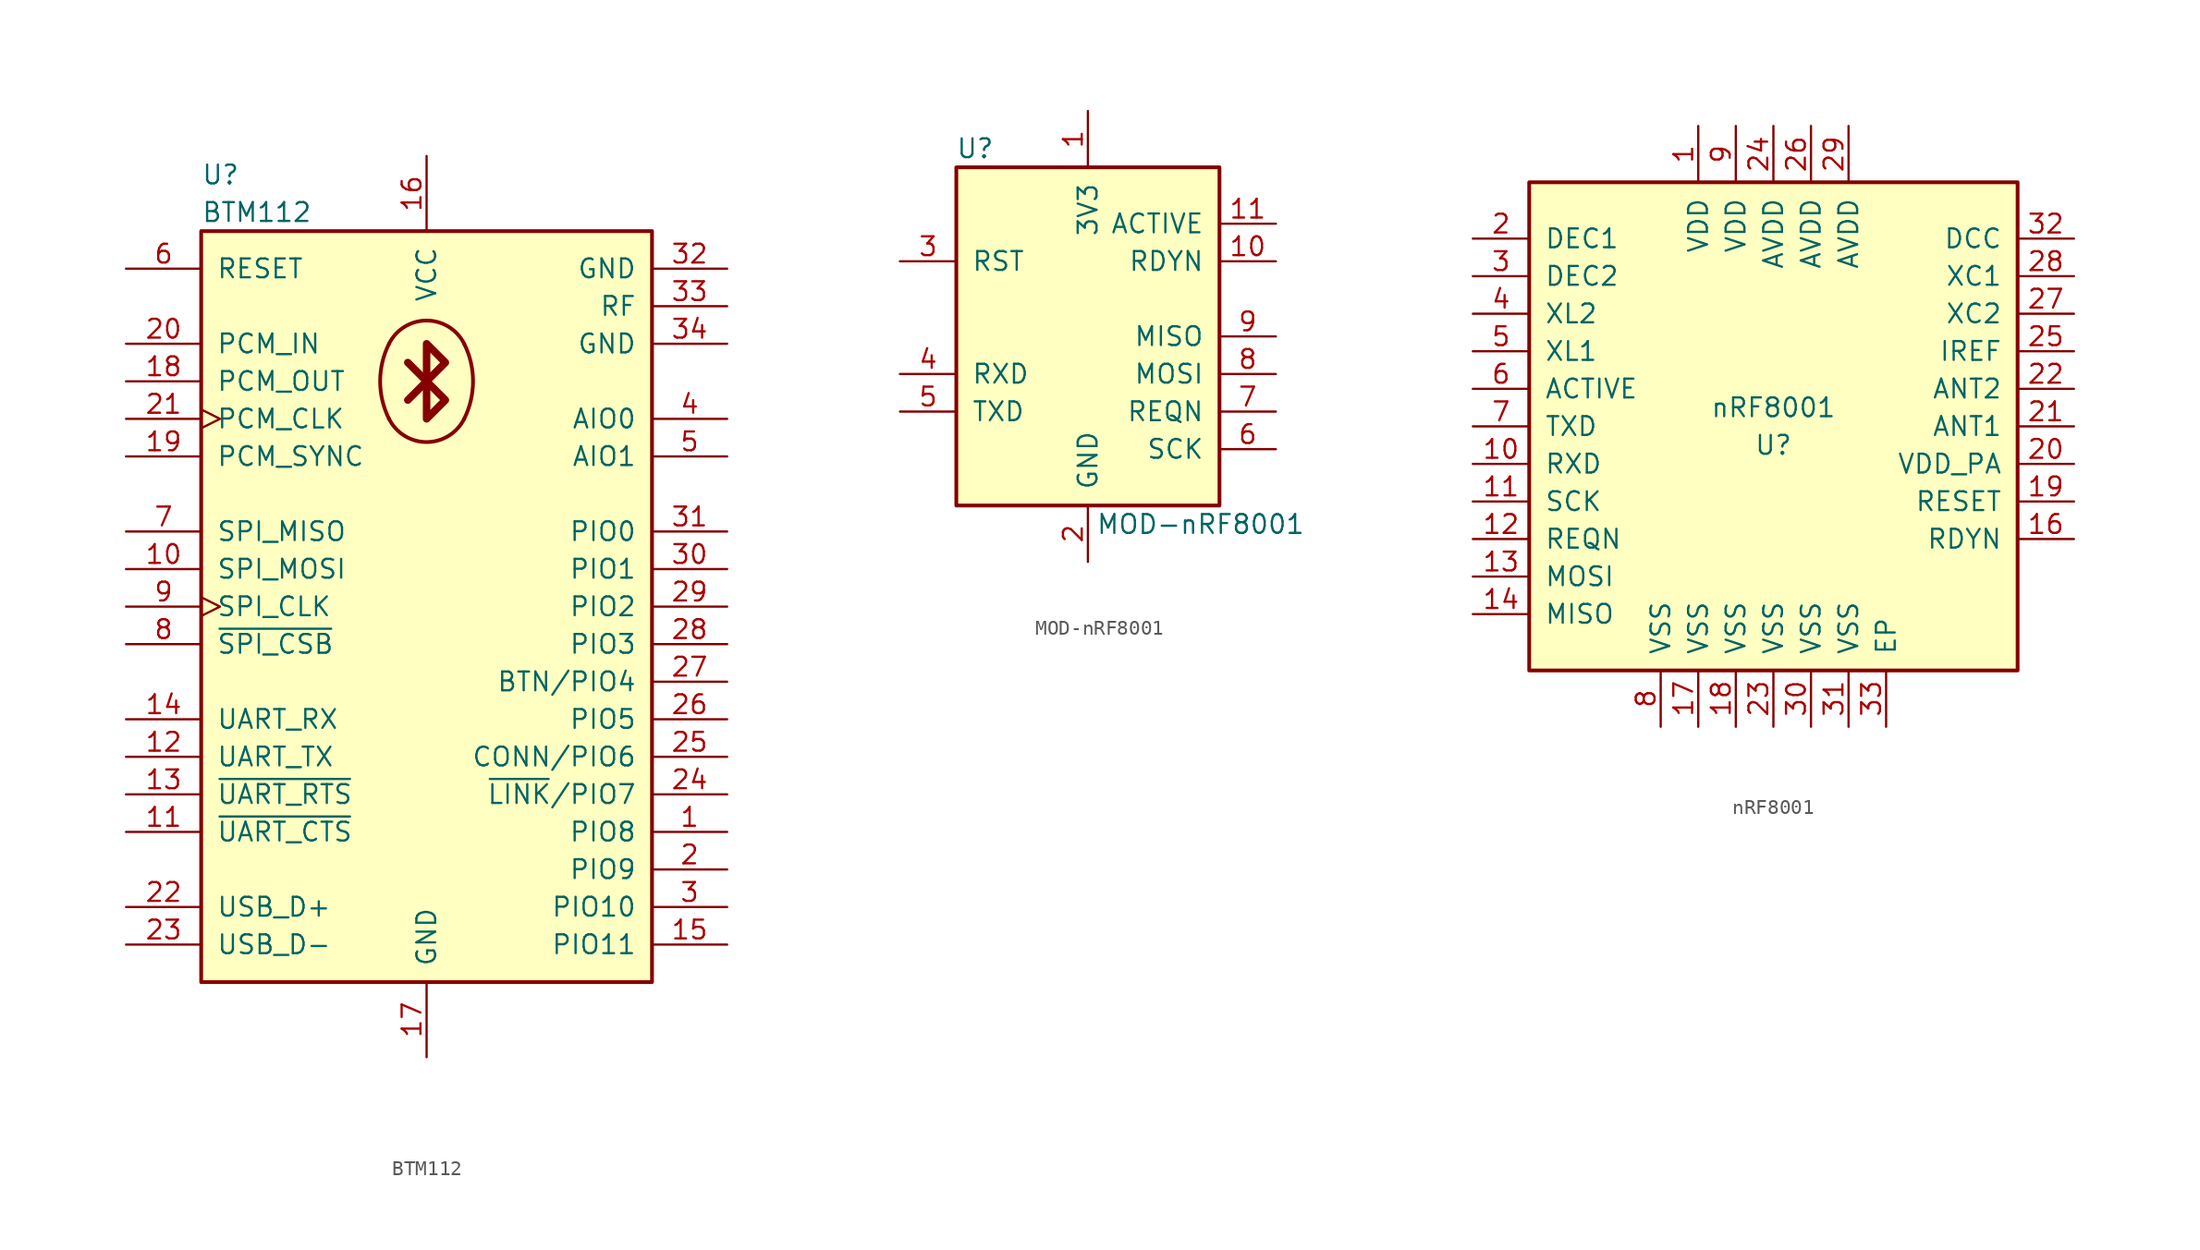
<source format=kicad_sym>
(kicad_symbol_lib
  (version 20241209)
  (generator "kicad_symbol_editor")
  (generator_version "9.0")
  (symbol "BTM112"
    (pin_names
      (offset 1.016))
    (property "Reference" "U"
      (at -15.24 29.21 0)
      (effects (font (size 1.27 1.27)) (justify left)))
    (property "Value" "BTM112"
      (at -15.24 26.67 0)
      (effects (font (size 1.27 1.27)) (justify left)))
    (symbol "BTM112_0_1"
      (rectangle (start -15.24 25.4) (end 15.24 -25.4) (stroke (width 0.254) (type default)) (fill (type background)))
      (arc (start 2.54 17.78) (mid 3.1396 15.24) (end 2.54 12.7) (stroke (width 0.254) (type default)) (fill (type background)))
      (polyline (pts (xy 0 17.78) (xy 1.27 16.51) (xy 0 15.24) (xy 1.27 13.97) (xy 0 12.7) (xy 0 17.78)) (stroke (width 0.508) (type default)) (fill (type none)))
      (arc (start -2.54 17.78) (mid 0 19.3498) (end 2.54 17.78) (stroke (width 0.254) (type default)) (fill (type background)))
      (polyline (pts (xy 0 15.24) (xy -1.27 16.51)) (stroke (width 0.508) (type default)) (fill (type none)))
      (polyline (pts (xy 0 15.24) (xy -1.27 13.97)) (stroke (width 0.508) (type default)) (fill (type none)))
      (arc (start 2.54 12.7) (mid 0 11.1302) (end -2.54 12.7) (stroke (width 0.254) (type default)) (fill (type background)))
      (arc (start -2.54 12.7) (mid -3.1396 15.24) (end -2.54 17.78) (stroke (width 0.254) (type default)) (fill (type background))))
    (symbol "BTM112_1_1"
      (pin input line (at -20.32 22.86 0) (length 5.08) (name "RESET" (effects (font (size 1.27 1.27)))) (number "6" (effects (font (size 1.27 1.27)))))
      (pin input line (at -20.32 17.78 0) (length 5.08) (name "PCM_IN" (effects (font (size 1.27 1.27)))) (number "20" (effects (font (size 1.27 1.27)))))
      (pin output line (at -20.32 15.24 0) (length 5.08) (name "PCM_OUT" (effects (font (size 1.27 1.27)))) (number "18" (effects (font (size 1.27 1.27)))))
      (pin bidirectional clock (at -20.32 12.7 0) (length 5.08) (name "PCM_CLK" (effects (font (size 1.27 1.27)))) (number "21" (effects (font (size 1.27 1.27)))))
      (pin bidirectional line (at -20.32 10.16 0) (length 5.08) (name "PCM_SYNC" (effects (font (size 1.27 1.27)))) (number "19" (effects (font (size 1.27 1.27)))))
      (pin output line (at -20.32 5.08 0) (length 5.08) (name "SPI_MISO" (effects (font (size 1.27 1.27)))) (number "7" (effects (font (size 1.27 1.27)))))
      (pin input line (at -20.32 2.54 0) (length 5.08) (name "SPI_MOSI" (effects (font (size 1.27 1.27)))) (number "10" (effects (font (size 1.27 1.27)))))
      (pin input clock (at -20.32 0 0) (length 5.08) (name "SPI_CLK" (effects (font (size 1.27 1.27)))) (number "9" (effects (font (size 1.27 1.27)))))
      (pin input line (at -20.32 -2.54 0) (length 5.08) (name "~{SPI_CSB}" (effects (font (size 1.27 1.27)))) (number "8" (effects (font (size 1.27 1.27)))))
      (pin input line (at -20.32 -7.62 0) (length 5.08) (name "UART_RX" (effects (font (size 1.27 1.27)))) (number "14" (effects (font (size 1.27 1.27)))))
      (pin output line (at -20.32 -10.16 0) (length 5.08) (name "UART_TX" (effects (font (size 1.27 1.27)))) (number "12" (effects (font (size 1.27 1.27)))))
      (pin output line (at -20.32 -12.7 0) (length 5.08) (name "~{UART_RTS}" (effects (font (size 1.27 1.27)))) (number "13" (effects (font (size 1.27 1.27)))))
      (pin input line (at -20.32 -15.24 0) (length 5.08) (name "~{UART_CTS}" (effects (font (size 1.27 1.27)))) (number "11" (effects (font (size 1.27 1.27)))))
      (pin bidirectional line (at -20.32 -20.32 0) (length 5.08) (name "USB_D+" (effects (font (size 1.27 1.27)))) (number "22" (effects (font (size 1.27 1.27)))))
      (pin bidirectional line (at -20.32 -22.86 0) (length 5.08) (name "USB_D-" (effects (font (size 1.27 1.27)))) (number "23" (effects (font (size 1.27 1.27)))))
      (pin power_in line (at 0 30.48 270) (length 5.08) (name "VCC" (effects (font (size 1.27 1.27)))) (number "16" (effects (font (size 1.27 1.27)))))
      (pin power_in line (at 0 -30.48 90) (length 5.08) (name "GND" (effects (font (size 1.27 1.27)))) (number "17" (effects (font (size 1.27 1.27)))))
      (pin power_in line (at 20.32 22.86 180) (length 5.08) (name "GND" (effects (font (size 1.27 1.27)))) (number "32" (effects (font (size 1.27 1.27)))))
      (pin passive line (at 20.32 20.32 180) (length 5.08) (name "RF" (effects (font (size 1.27 1.27)))) (number "33" (effects (font (size 1.27 1.27)))))
      (pin power_in line (at 20.32 17.78 180) (length 5.08) (name "GND" (effects (font (size 1.27 1.27)))) (number "34" (effects (font (size 1.27 1.27)))))
      (pin passive line (at 20.32 12.7 180) (length 5.08) (name "AIO0" (effects (font (size 1.27 1.27)))) (number "4" (effects (font (size 1.27 1.27)))))
      (pin passive line (at 20.32 10.16 180) (length 5.08) (name "AIO1" (effects (font (size 1.27 1.27)))) (number "5" (effects (font (size 1.27 1.27)))))
      (pin bidirectional line (at 20.32 5.08 180) (length 5.08) (name "PIO0" (effects (font (size 1.27 1.27)))) (number "31" (effects (font (size 1.27 1.27)))))
      (pin bidirectional line (at 20.32 2.54 180) (length 5.08) (name "PIO1" (effects (font (size 1.27 1.27)))) (number "30" (effects (font (size 1.27 1.27)))))
      (pin bidirectional line (at 20.32 0 180) (length 5.08) (name "PIO2" (effects (font (size 1.27 1.27)))) (number "29" (effects (font (size 1.27 1.27)))))
      (pin bidirectional line (at 20.32 -2.54 180) (length 5.08) (name "PIO3" (effects (font (size 1.27 1.27)))) (number "28" (effects (font (size 1.27 1.27)))))
      (pin bidirectional line (at 20.32 -5.08 180) (length 5.08) (name "BTN/PIO4" (effects (font (size 1.27 1.27)))) (number "27" (effects (font (size 1.27 1.27)))))
      (pin bidirectional line (at 20.32 -7.62 180) (length 5.08) (name "PIO5" (effects (font (size 1.27 1.27)))) (number "26" (effects (font (size 1.27 1.27)))))
      (pin bidirectional line (at 20.32 -10.16 180) (length 5.08) (name "CONN/PIO6" (effects (font (size 1.27 1.27)))) (number "25" (effects (font (size 1.27 1.27)))))
      (pin bidirectional line (at 20.32 -12.7 180) (length 5.08) (name "~{LINK}/PIO7" (effects (font (size 1.27 1.27)))) (number "24" (effects (font (size 1.27 1.27)))))
      (pin bidirectional line (at 20.32 -15.24 180) (length 5.08) (name "PIO8" (effects (font (size 1.27 1.27)))) (number "1" (effects (font (size 1.27 1.27)))))
      (pin bidirectional line (at 20.32 -17.78 180) (length 5.08) (name "PIO9" (effects (font (size 1.27 1.27)))) (number "2" (effects (font (size 1.27 1.27)))))
      (pin bidirectional line (at 20.32 -20.32 180) (length 5.08) (name "PIO10" (effects (font (size 1.27 1.27)))) (number "3" (effects (font (size 1.27 1.27)))))
      (pin bidirectional line (at 20.32 -22.86 180) (length 5.08) (name "PIO11" (effects (font (size 1.27 1.27)))) (number "15" (effects (font (size 1.27 1.27)))))))
  (symbol "MOD-nRF8001"
    (pin_names
      (offset 1.016))
    (property "Reference" "U"
      (at -7.62 12.7 0)
      (effects (font (size 1.27 1.27))))
    (property "Value" "MOD-nRF8001"
      (at 7.62 -12.7 0)
      (effects (font (size 1.27 1.27))))
    (symbol "MOD-nRF8001_0_1"
      (rectangle (start -8.89 11.43) (end 8.89 -11.43) (stroke (width 0.254) (type default)) (fill (type background))))
    (symbol "MOD-nRF8001_1_1"
      (pin input line (at -12.7 5.08 0) (length 3.81) (name "RST" (effects (font (size 1.27 1.27)))) (number "3" (effects (font (size 1.27 1.27)))))
      (pin input line (at -12.7 -2.54 0) (length 3.81) (name "RXD" (effects (font (size 1.27 1.27)))) (number "4" (effects (font (size 1.27 1.27)))))
      (pin output line (at -12.7 -5.08 0) (length 3.81) (name "TXD" (effects (font (size 1.27 1.27)))) (number "5" (effects (font (size 1.27 1.27)))))
      (pin power_in line (at 0 15.24 270) (length 3.81) (name "3V3" (effects (font (size 1.27 1.27)))) (number "1" (effects (font (size 1.27 1.27)))))
      (pin power_in line (at 0 -15.24 90) (length 3.81) (name "GND" (effects (font (size 1.27 1.27)))) (number "2" (effects (font (size 1.27 1.27)))))
      (pin output line (at 12.7 7.62 180) (length 3.81) (name "ACTIVE" (effects (font (size 1.27 1.27)))) (number "11" (effects (font (size 1.27 1.27)))))
      (pin output line (at 12.7 5.08 180) (length 3.81) (name "RDYN" (effects (font (size 1.27 1.27)))) (number "10" (effects (font (size 1.27 1.27)))))
      (pin output line (at 12.7 0 180) (length 3.81) (name "MISO" (effects (font (size 1.27 1.27)))) (number "9" (effects (font (size 1.27 1.27)))))
      (pin input line (at 12.7 -2.54 180) (length 3.81) (name "MOSI" (effects (font (size 1.27 1.27)))) (number "8" (effects (font (size 1.27 1.27)))))
      (pin input line (at 12.7 -5.08 180) (length 3.81) (name "REQN" (effects (font (size 1.27 1.27)))) (number "7" (effects (font (size 1.27 1.27)))))
      (pin input line (at 12.7 -7.62 180) (length 3.81) (name "SCK" (effects (font (size 1.27 1.27)))) (number "6" (effects (font (size 1.27 1.27)))))))
  (symbol "nRF8001"
    (pin_names
      (offset 1.016))
    (property "Reference" "U"
      (at 0 -1.27 0)
      (effects (font (size 1.27 1.27))))
    (property "Value" "nRF8001"
      (at 0 1.27 0)
      (effects (font (size 1.27 1.27))))
    (symbol "nRF8001_0_1"
      (rectangle (start -16.51 16.51) (end 16.51 -16.51) (stroke (width 0.254) (type default)) (fill (type background))))
    (symbol "nRF8001_1_1"
      (pin bidirectional line (at -20.32 12.7 0) (length 3.81) (name "DEC1" (effects (font (size 1.27 1.27)))) (number "2" (effects (font (size 1.27 1.27)))))
      (pin bidirectional line (at -20.32 10.16 0) (length 3.81) (name "DEC2" (effects (font (size 1.27 1.27)))) (number "3" (effects (font (size 1.27 1.27)))))
      (pin bidirectional line (at -20.32 7.62 0) (length 3.81) (name "XL2" (effects (font (size 1.27 1.27)))) (number "4" (effects (font (size 1.27 1.27)))))
      (pin bidirectional line (at -20.32 5.08 0) (length 3.81) (name "XL1" (effects (font (size 1.27 1.27)))) (number "5" (effects (font (size 1.27 1.27)))))
      (pin bidirectional line (at -20.32 2.54 0) (length 3.81) (name "ACTIVE" (effects (font (size 1.27 1.27)))) (number "6" (effects (font (size 1.27 1.27)))))
      (pin output line (at -20.32 0 0) (length 3.81) (name "TXD" (effects (font (size 1.27 1.27)))) (number "7" (effects (font (size 1.27 1.27)))))
      (pin input line (at -20.32 -2.54 0) (length 3.81) (name "RXD" (effects (font (size 1.27 1.27)))) (number "10" (effects (font (size 1.27 1.27)))))
      (pin input line (at -20.32 -5.08 0) (length 3.81) (name "SCK" (effects (font (size 1.27 1.27)))) (number "11" (effects (font (size 1.27 1.27)))))
      (pin bidirectional line (at -20.32 -7.62 0) (length 3.81) (name "REQN" (effects (font (size 1.27 1.27)))) (number "12" (effects (font (size 1.27 1.27)))))
      (pin input line (at -20.32 -10.16 0) (length 3.81) (name "MOSI" (effects (font (size 1.27 1.27)))) (number "13" (effects (font (size 1.27 1.27)))))
      (pin output line (at -20.32 -12.7 0) (length 3.81) (name "MISO" (effects (font (size 1.27 1.27)))) (number "14" (effects (font (size 1.27 1.27)))))
      (pin power_in line (at -7.62 -20.32 90) (length 3.81) (name "VSS" (effects (font (size 1.27 1.27)))) (number "8" (effects (font (size 1.27 1.27)))))
      (pin power_in line (at -5.08 20.32 270) (length 3.81) (name "VDD" (effects (font (size 1.27 1.27)))) (number "1" (effects (font (size 1.27 1.27)))))
      (pin power_in line (at -5.08 -20.32 90) (length 3.81) (name "VSS" (effects (font (size 1.27 1.27)))) (number "17" (effects (font (size 1.27 1.27)))))
      (pin power_in line (at -2.54 20.32 270) (length 3.81) (name "VDD" (effects (font (size 1.27 1.27)))) (number "9" (effects (font (size 1.27 1.27)))))
      (pin power_in line (at -2.54 -20.32 90) (length 3.81) (name "VSS" (effects (font (size 1.27 1.27)))) (number "18" (effects (font (size 1.27 1.27)))))
      (pin power_in line (at 0 20.32 270) (length 3.81) (name "AVDD" (effects (font (size 1.27 1.27)))) (number "24" (effects (font (size 1.27 1.27)))))
      (pin power_in line (at 0 -20.32 90) (length 3.81) (name "VSS" (effects (font (size 1.27 1.27)))) (number "23" (effects (font (size 1.27 1.27)))))
      (pin power_in line (at 2.54 20.32 270) (length 3.81) (name "AVDD" (effects (font (size 1.27 1.27)))) (number "26" (effects (font (size 1.27 1.27)))))
      (pin power_in line (at 2.54 -20.32 90) (length 3.81) (name "VSS" (effects (font (size 1.27 1.27)))) (number "30" (effects (font (size 1.27 1.27)))))
      (pin power_in line (at 5.08 20.32 270) (length 3.81) (name "AVDD" (effects (font (size 1.27 1.27)))) (number "29" (effects (font (size 1.27 1.27)))))
      (pin power_in line (at 5.08 -20.32 90) (length 3.81) (name "VSS" (effects (font (size 1.27 1.27)))) (number "31" (effects (font (size 1.27 1.27)))))
      (pin power_in line (at 7.62 -20.32 90) (length 3.81) (name "EP" (effects (font (size 1.27 1.27)))) (number "33" (effects (font (size 1.27 1.27)))))
      (pin no_connect line (at 15.24 -10.16 180) (length 3.81) (hide yes) (name "N/C" (effects (font (size 1.27 1.27)))) (number "15" (effects (font (size 1.27 1.27)))))
      (pin bidirectional line (at 20.32 12.7 180) (length 3.81) (name "DCC" (effects (font (size 1.27 1.27)))) (number "32" (effects (font (size 1.27 1.27)))))
      (pin bidirectional line (at 20.32 10.16 180) (length 3.81) (name "XC1" (effects (font (size 1.27 1.27)))) (number "28" (effects (font (size 1.27 1.27)))))
      (pin bidirectional line (at 20.32 7.62 180) (length 3.81) (name "XC2" (effects (font (size 1.27 1.27)))) (number "27" (effects (font (size 1.27 1.27)))))
      (pin input line (at 20.32 5.08 180) (length 3.81) (name "IREF" (effects (font (size 1.27 1.27)))) (number "25" (effects (font (size 1.27 1.27)))))
      (pin bidirectional line (at 20.32 2.54 180) (length 3.81) (name "ANT2" (effects (font (size 1.27 1.27)))) (number "22" (effects (font (size 1.27 1.27)))))
      (pin bidirectional line (at 20.32 0 180) (length 3.81) (name "ANT1" (effects (font (size 1.27 1.27)))) (number "21" (effects (font (size 1.27 1.27)))))
      (pin output line (at 20.32 -2.54 180) (length 3.81) (name "VDD_PA" (effects (font (size 1.27 1.27)))) (number "20" (effects (font (size 1.27 1.27)))))
      (pin input line (at 20.32 -5.08 180) (length 3.81) (name "RESET" (effects (font (size 1.27 1.27)))) (number "19" (effects (font (size 1.27 1.27)))))
      (pin bidirectional line (at 20.32 -7.62 180) (length 3.81) (name "RDYN" (effects (font (size 1.27 1.27)))) (number "16" (effects (font (size 1.27 1.27))))))))
</source>
